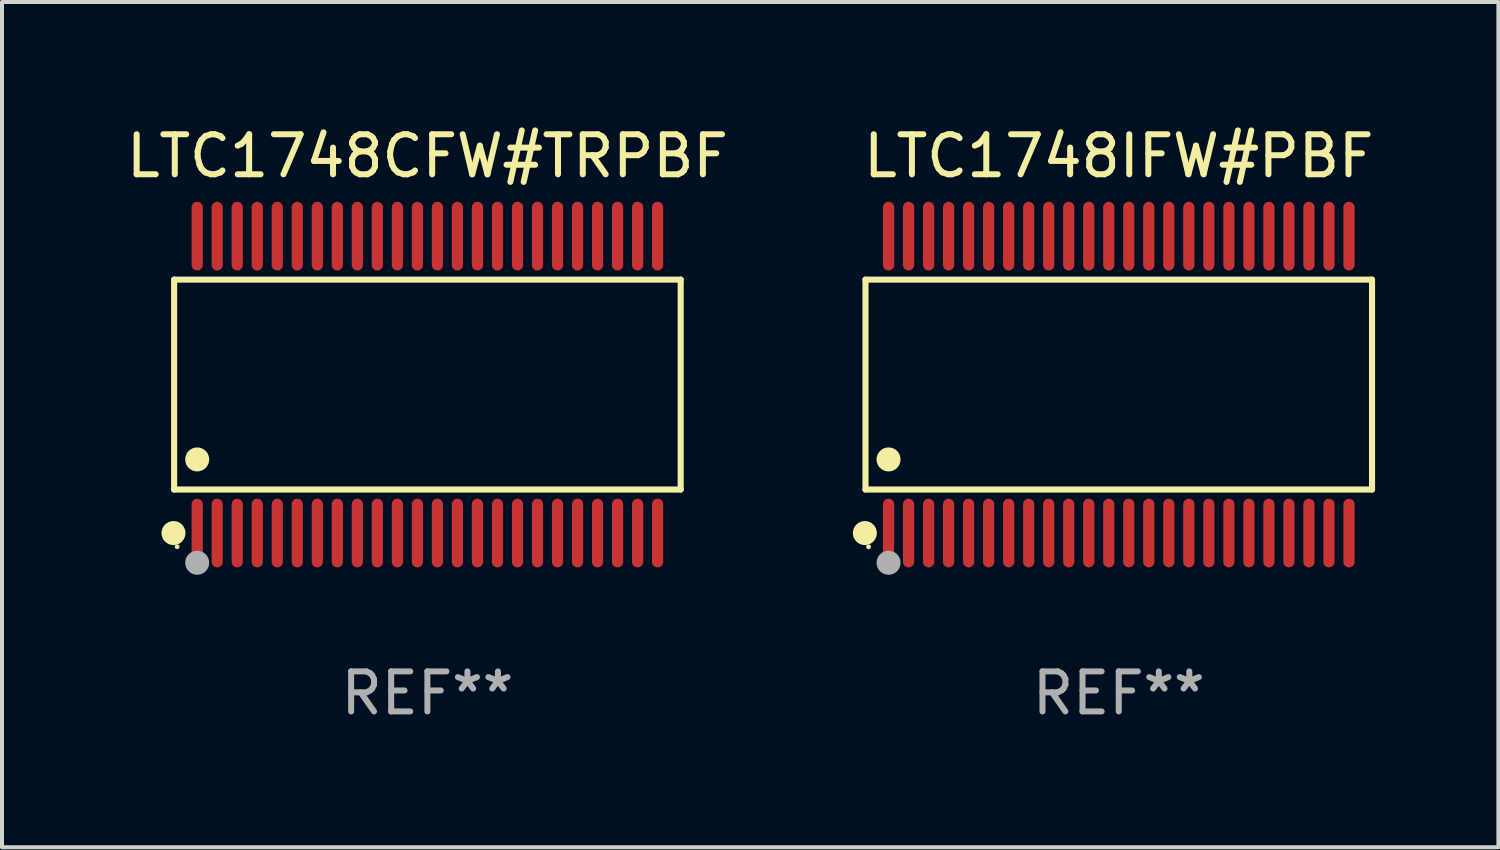
<source format=kicad_pcb>
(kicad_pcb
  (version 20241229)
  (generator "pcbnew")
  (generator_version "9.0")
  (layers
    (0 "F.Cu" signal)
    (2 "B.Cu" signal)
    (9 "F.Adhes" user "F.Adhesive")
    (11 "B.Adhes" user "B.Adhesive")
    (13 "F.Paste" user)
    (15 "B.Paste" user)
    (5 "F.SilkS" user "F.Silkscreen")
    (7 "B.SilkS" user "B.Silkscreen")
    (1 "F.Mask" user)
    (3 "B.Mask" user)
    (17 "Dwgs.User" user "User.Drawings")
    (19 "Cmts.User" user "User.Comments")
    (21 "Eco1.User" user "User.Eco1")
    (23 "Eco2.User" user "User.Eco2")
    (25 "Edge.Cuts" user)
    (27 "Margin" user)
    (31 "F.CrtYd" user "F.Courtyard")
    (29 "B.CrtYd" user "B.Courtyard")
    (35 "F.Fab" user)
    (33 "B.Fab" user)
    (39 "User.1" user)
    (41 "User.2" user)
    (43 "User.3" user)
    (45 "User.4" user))
  (footprint "LTC1748CFW#TRPBF"
    (layer "F.Cu")
    (at 7.625 6.556)
    (property "Reference" "LTC1748CFW#TRPBF" (at 0 -5.708 0) (layer "F.SilkS") (effects (font (size 1 1) (thickness 0.15))))
    (attr through_hole)
    (fp_line (start -6.326 -2.622) (end 6.326 -2.622) (stroke (width 0.152) (type solid)) (layer "F.SilkS"))
    (fp_line (start -6.326 2.621) (end -6.326 -2.622) (stroke (width 0.152) (type solid)) (layer "F.SilkS"))
    (fp_line (start 6.326 -2.622) (end 6.326 2.621) (stroke (width 0.152) (type solid)) (layer "F.SilkS"))
    (fp_line (start 6.326 2.621) (end -6.326 2.621) (stroke (width 0.152) (type solid)) (layer "F.SilkS"))
    (fp_circle (center -6.342 3.708) (end -6.192 3.708) (stroke (width 0.3) (type solid)) (fill no) (layer "F.SilkS"))
    (fp_circle (center -6.25 4.05) (end -6.22 4.05) (stroke (width 0.06) (type solid)) (fill no) (layer "F.SilkS"))
    (fp_circle (center -5.75 1.869) (end -5.6 1.869) (stroke (width 0.3) (type solid)) (fill no) (layer "F.SilkS"))
    (fp_circle (center -5.75 4.45) (end -5.6 4.45) (stroke (width 0.3) (type solid)) (fill no) (layer "F.Fab"))
    (fp_text user "REF**" (at 0 7.708 0) (layer "F.Fab") (effects (font (size 1 1) (thickness 0.15))))
    (pad "1" smd oval (at -5.75 3.708) (size 0.28 1.715) (layers "F.Cu" "F.Mask" "F.Paste"))
    (pad "2" smd oval (at -5.25 3.708) (size 0.28 1.715) (layers "F.Cu" "F.Mask" "F.Paste"))
    (pad "3" smd oval (at -4.75 3.708) (size 0.28 1.715) (layers "F.Cu" "F.Mask" "F.Paste"))
    (pad "4" smd oval (at -4.25 3.708) (size 0.28 1.715) (layers "F.Cu" "F.Mask" "F.Paste"))
    (pad "5" smd oval (at -3.75 3.708) (size 0.28 1.715) (layers "F.Cu" "F.Mask" "F.Paste"))
    (pad "6" smd oval (at -3.25 3.708) (size 0.28 1.715) (layers "F.Cu" "F.Mask" "F.Paste"))
    (pad "7" smd oval (at -2.75 3.708) (size 0.28 1.715) (layers "F.Cu" "F.Mask" "F.Paste"))
    (pad "8" smd oval (at -2.25 3.708) (size 0.28 1.715) (layers "F.Cu" "F.Mask" "F.Paste"))
    (pad "9" smd oval (at -1.75 3.708) (size 0.28 1.715) (layers "F.Cu" "F.Mask" "F.Paste"))
    (pad "10" smd oval (at -1.25 3.708) (size 0.28 1.715) (layers "F.Cu" "F.Mask" "F.Paste"))
    (pad "11" smd oval (at -0.75 3.708) (size 0.28 1.715) (layers "F.Cu" "F.Mask" "F.Paste"))
    (pad "12" smd oval (at -0.25 3.708) (size 0.28 1.715) (layers "F.Cu" "F.Mask" "F.Paste"))
    (pad "13" smd oval (at 0.25 3.708) (size 0.28 1.715) (layers "F.Cu" "F.Mask" "F.Paste"))
    (pad "14" smd oval (at 0.75 3.708) (size 0.28 1.715) (layers "F.Cu" "F.Mask" "F.Paste"))
    (pad "15" smd oval (at 1.25 3.708) (size 0.28 1.715) (layers "F.Cu" "F.Mask" "F.Paste"))
    (pad "16" smd oval (at 1.75 3.708) (size 0.28 1.715) (layers "F.Cu" "F.Mask" "F.Paste"))
    (pad "17" smd oval (at 2.25 3.708) (size 0.28 1.715) (layers "F.Cu" "F.Mask" "F.Paste"))
    (pad "18" smd oval (at 2.75 3.708) (size 0.28 1.715) (layers "F.Cu" "F.Mask" "F.Paste"))
    (pad "19" smd oval (at 3.25 3.708) (size 0.28 1.715) (layers "F.Cu" "F.Mask" "F.Paste"))
    (pad "20" smd oval (at 3.75 3.708) (size 0.28 1.715) (layers "F.Cu" "F.Mask" "F.Paste"))
    (pad "21" smd oval (at 4.25 3.708) (size 0.28 1.715) (layers "F.Cu" "F.Mask" "F.Paste"))
    (pad "22" smd oval (at 4.75 3.708) (size 0.28 1.715) (layers "F.Cu" "F.Mask" "F.Paste"))
    (pad "23" smd oval (at 5.25 3.708) (size 0.28 1.715) (layers "F.Cu" "F.Mask" "F.Paste"))
    (pad "24" smd oval (at 5.75 3.708) (size 0.28 1.715) (layers "F.Cu" "F.Mask" "F.Paste"))
    (pad "25" smd oval (at 5.75 -3.708) (size 0.28 1.715) (layers "F.Cu" "F.Mask" "F.Paste"))
    (pad "26" smd oval (at 5.25 -3.708) (size 0.28 1.715) (layers "F.Cu" "F.Mask" "F.Paste"))
    (pad "27" smd oval (at 4.75 -3.708) (size 0.28 1.715) (layers "F.Cu" "F.Mask" "F.Paste"))
    (pad "28" smd oval (at 4.25 -3.708) (size 0.28 1.715) (layers "F.Cu" "F.Mask" "F.Paste"))
    (pad "29" smd oval (at 3.75 -3.708) (size 0.28 1.715) (layers "F.Cu" "F.Mask" "F.Paste"))
    (pad "30" smd oval (at 3.25 -3.708) (size 0.28 1.715) (layers "F.Cu" "F.Mask" "F.Paste"))
    (pad "31" smd oval (at 2.75 -3.708) (size 0.28 1.715) (layers "F.Cu" "F.Mask" "F.Paste"))
    (pad "32" smd oval (at 2.25 -3.708) (size 0.28 1.715) (layers "F.Cu" "F.Mask" "F.Paste"))
    (pad "33" smd oval (at 1.75 -3.708) (size 0.28 1.715) (layers "F.Cu" "F.Mask" "F.Paste"))
    (pad "34" smd oval (at 1.25 -3.708) (size 0.28 1.715) (layers "F.Cu" "F.Mask" "F.Paste"))
    (pad "35" smd oval (at 0.75 -3.708) (size 0.28 1.715) (layers "F.Cu" "F.Mask" "F.Paste"))
    (pad "36" smd oval (at 0.25 -3.708) (size 0.28 1.715) (layers "F.Cu" "F.Mask" "F.Paste"))
    (pad "37" smd oval (at -0.25 -3.708) (size 0.28 1.715) (layers "F.Cu" "F.Mask" "F.Paste"))
    (pad "38" smd oval (at -0.75 -3.708) (size 0.28 1.715) (layers "F.Cu" "F.Mask" "F.Paste"))
    (pad "39" smd oval (at -1.25 -3.708) (size 0.28 1.715) (layers "F.Cu" "F.Mask" "F.Paste"))
    (pad "40" smd oval (at -1.75 -3.708) (size 0.28 1.715) (layers "F.Cu" "F.Mask" "F.Paste"))
    (pad "41" smd oval (at -2.25 -3.708) (size 0.28 1.715) (layers "F.Cu" "F.Mask" "F.Paste"))
    (pad "42" smd oval (at -2.75 -3.708) (size 0.28 1.715) (layers "F.Cu" "F.Mask" "F.Paste"))
    (pad "43" smd oval (at -3.25 -3.708) (size 0.28 1.715) (layers "F.Cu" "F.Mask" "F.Paste"))
    (pad "44" smd oval (at -3.75 -3.708) (size 0.28 1.715) (layers "F.Cu" "F.Mask" "F.Paste"))
    (pad "45" smd oval (at -4.25 -3.708) (size 0.28 1.715) (layers "F.Cu" "F.Mask" "F.Paste"))
    (pad "46" smd oval (at -4.75 -3.708) (size 0.28 1.715) (layers "F.Cu" "F.Mask" "F.Paste"))
    (pad "47" smd oval (at -5.25 -3.708) (size 0.28 1.715) (layers "F.Cu" "F.Mask" "F.Paste"))
    (pad "48" smd oval (at -5.75 -3.708) (size 0.28 1.715) (layers "F.Cu" "F.Mask" "F.Paste")))
  (footprint "LTC1748IFW#PBF"
    (layer "F.Cu")
    (at 24.893 6.556)
    (property "Reference" "LTC1748IFW#PBF" (at 0 -5.708 0) (layer "F.SilkS") (effects (font (size 1 1) (thickness 0.15))))
    (attr through_hole)
    (fp_line (start -6.326 -2.622) (end 6.326 -2.622) (stroke (width 0.152) (type solid)) (layer "F.SilkS"))
    (fp_line (start -6.326 2.621) (end -6.326 -2.622) (stroke (width 0.152) (type solid)) (layer "F.SilkS"))
    (fp_line (start 6.326 -2.622) (end 6.326 2.621) (stroke (width 0.152) (type solid)) (layer "F.SilkS"))
    (fp_line (start 6.326 2.621) (end -6.326 2.621) (stroke (width 0.152) (type solid)) (layer "F.SilkS"))
    (fp_circle (center -6.342 3.708) (end -6.192 3.708) (stroke (width 0.3) (type solid)) (fill no) (layer "F.SilkS"))
    (fp_circle (center -6.25 4.05) (end -6.22 4.05) (stroke (width 0.06) (type solid)) (fill no) (layer "F.SilkS"))
    (fp_circle (center -5.75 1.869) (end -5.6 1.869) (stroke (width 0.3) (type solid)) (fill no) (layer "F.SilkS"))
    (fp_circle (center -5.75 4.45) (end -5.6 4.45) (stroke (width 0.3) (type solid)) (fill no) (layer "F.Fab"))
    (fp_text user "REF**" (at 0 7.708 0) (layer "F.Fab") (effects (font (size 1 1) (thickness 0.15))))
    (pad "1" smd oval (at -5.75 3.708) (size 0.28 1.715) (layers "F.Cu" "F.Mask" "F.Paste"))
    (pad "2" smd oval (at -5.25 3.708) (size 0.28 1.715) (layers "F.Cu" "F.Mask" "F.Paste"))
    (pad "3" smd oval (at -4.75 3.708) (size 0.28 1.715) (layers "F.Cu" "F.Mask" "F.Paste"))
    (pad "4" smd oval (at -4.25 3.708) (size 0.28 1.715) (layers "F.Cu" "F.Mask" "F.Paste"))
    (pad "5" smd oval (at -3.75 3.708) (size 0.28 1.715) (layers "F.Cu" "F.Mask" "F.Paste"))
    (pad "6" smd oval (at -3.25 3.708) (size 0.28 1.715) (layers "F.Cu" "F.Mask" "F.Paste"))
    (pad "7" smd oval (at -2.75 3.708) (size 0.28 1.715) (layers "F.Cu" "F.Mask" "F.Paste"))
    (pad "8" smd oval (at -2.25 3.708) (size 0.28 1.715) (layers "F.Cu" "F.Mask" "F.Paste"))
    (pad "9" smd oval (at -1.75 3.708) (size 0.28 1.715) (layers "F.Cu" "F.Mask" "F.Paste"))
    (pad "10" smd oval (at -1.25 3.708) (size 0.28 1.715) (layers "F.Cu" "F.Mask" "F.Paste"))
    (pad "11" smd oval (at -0.75 3.708) (size 0.28 1.715) (layers "F.Cu" "F.Mask" "F.Paste"))
    (pad "12" smd oval (at -0.25 3.708) (size 0.28 1.715) (layers "F.Cu" "F.Mask" "F.Paste"))
    (pad "13" smd oval (at 0.25 3.708) (size 0.28 1.715) (layers "F.Cu" "F.Mask" "F.Paste"))
    (pad "14" smd oval (at 0.75 3.708) (size 0.28 1.715) (layers "F.Cu" "F.Mask" "F.Paste"))
    (pad "15" smd oval (at 1.25 3.708) (size 0.28 1.715) (layers "F.Cu" "F.Mask" "F.Paste"))
    (pad "16" smd oval (at 1.75 3.708) (size 0.28 1.715) (layers "F.Cu" "F.Mask" "F.Paste"))
    (pad "17" smd oval (at 2.25 3.708) (size 0.28 1.715) (layers "F.Cu" "F.Mask" "F.Paste"))
    (pad "18" smd oval (at 2.75 3.708) (size 0.28 1.715) (layers "F.Cu" "F.Mask" "F.Paste"))
    (pad "19" smd oval (at 3.25 3.708) (size 0.28 1.715) (layers "F.Cu" "F.Mask" "F.Paste"))
    (pad "20" smd oval (at 3.75 3.708) (size 0.28 1.715) (layers "F.Cu" "F.Mask" "F.Paste"))
    (pad "21" smd oval (at 4.25 3.708) (size 0.28 1.715) (layers "F.Cu" "F.Mask" "F.Paste"))
    (pad "22" smd oval (at 4.75 3.708) (size 0.28 1.715) (layers "F.Cu" "F.Mask" "F.Paste"))
    (pad "23" smd oval (at 5.25 3.708) (size 0.28 1.715) (layers "F.Cu" "F.Mask" "F.Paste"))
    (pad "24" smd oval (at 5.75 3.708) (size 0.28 1.715) (layers "F.Cu" "F.Mask" "F.Paste"))
    (pad "25" smd oval (at 5.75 -3.708) (size 0.28 1.715) (layers "F.Cu" "F.Mask" "F.Paste"))
    (pad "26" smd oval (at 5.25 -3.708) (size 0.28 1.715) (layers "F.Cu" "F.Mask" "F.Paste"))
    (pad "27" smd oval (at 4.75 -3.708) (size 0.28 1.715) (layers "F.Cu" "F.Mask" "F.Paste"))
    (pad "28" smd oval (at 4.25 -3.708) (size 0.28 1.715) (layers "F.Cu" "F.Mask" "F.Paste"))
    (pad "29" smd oval (at 3.75 -3.708) (size 0.28 1.715) (layers "F.Cu" "F.Mask" "F.Paste"))
    (pad "30" smd oval (at 3.25 -3.708) (size 0.28 1.715) (layers "F.Cu" "F.Mask" "F.Paste"))
    (pad "31" smd oval (at 2.75 -3.708) (size 0.28 1.715) (layers "F.Cu" "F.Mask" "F.Paste"))
    (pad "32" smd oval (at 2.25 -3.708) (size 0.28 1.715) (layers "F.Cu" "F.Mask" "F.Paste"))
    (pad "33" smd oval (at 1.75 -3.708) (size 0.28 1.715) (layers "F.Cu" "F.Mask" "F.Paste"))
    (pad "34" smd oval (at 1.25 -3.708) (size 0.28 1.715) (layers "F.Cu" "F.Mask" "F.Paste"))
    (pad "35" smd oval (at 0.75 -3.708) (size 0.28 1.715) (layers "F.Cu" "F.Mask" "F.Paste"))
    (pad "36" smd oval (at 0.25 -3.708) (size 0.28 1.715) (layers "F.Cu" "F.Mask" "F.Paste"))
    (pad "37" smd oval (at -0.25 -3.708) (size 0.28 1.715) (layers "F.Cu" "F.Mask" "F.Paste"))
    (pad "38" smd oval (at -0.75 -3.708) (size 0.28 1.715) (layers "F.Cu" "F.Mask" "F.Paste"))
    (pad "39" smd oval (at -1.25 -3.708) (size 0.28 1.715) (layers "F.Cu" "F.Mask" "F.Paste"))
    (pad "40" smd oval (at -1.75 -3.708) (size 0.28 1.715) (layers "F.Cu" "F.Mask" "F.Paste"))
    (pad "41" smd oval (at -2.25 -3.708) (size 0.28 1.715) (layers "F.Cu" "F.Mask" "F.Paste"))
    (pad "42" smd oval (at -2.75 -3.708) (size 0.28 1.715) (layers "F.Cu" "F.Mask" "F.Paste"))
    (pad "43" smd oval (at -3.25 -3.708) (size 0.28 1.715) (layers "F.Cu" "F.Mask" "F.Paste"))
    (pad "44" smd oval (at -3.75 -3.708) (size 0.28 1.715) (layers "F.Cu" "F.Mask" "F.Paste"))
    (pad "45" smd oval (at -4.25 -3.708) (size 0.28 1.715) (layers "F.Cu" "F.Mask" "F.Paste"))
    (pad "46" smd oval (at -4.75 -3.708) (size 0.28 1.715) (layers "F.Cu" "F.Mask" "F.Paste"))
    (pad "47" smd oval (at -5.25 -3.708) (size 0.28 1.715) (layers "F.Cu" "F.Mask" "F.Paste"))
    (pad "48" smd oval (at -5.75 -3.708) (size 0.28 1.715) (layers "F.Cu" "F.Mask" "F.Paste")))
  (gr_rect
    (start -3 -3)
    (end 34.375 18.112)
    (stroke (width 0.1) (type default))
    (fill no)
    (layer "Edge.Cuts")))
</source>
